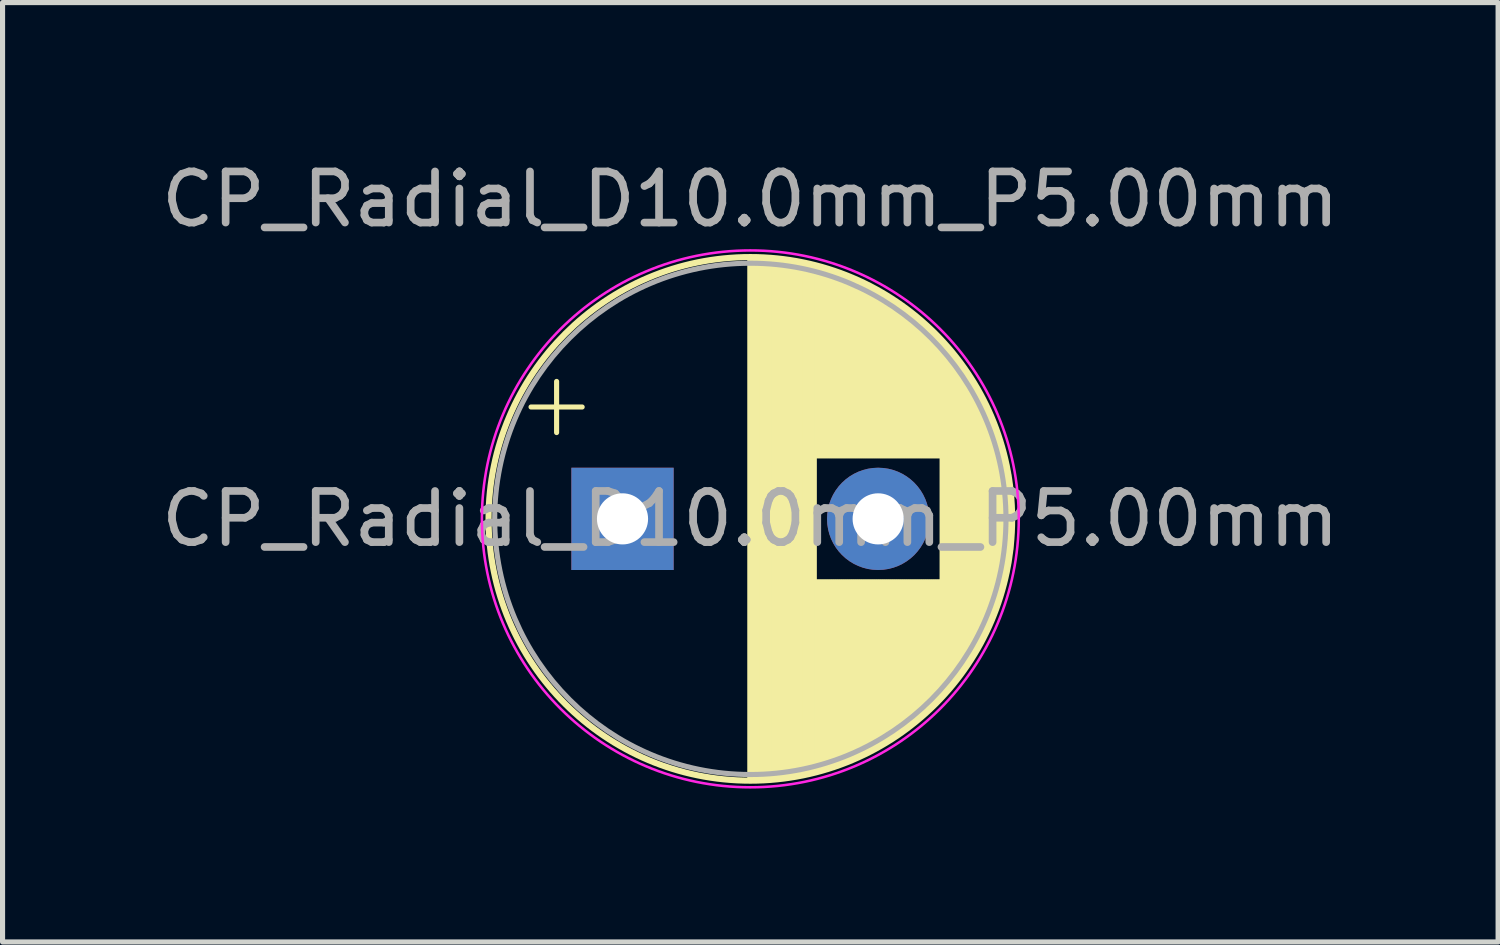
<source format=kicad_pcb>
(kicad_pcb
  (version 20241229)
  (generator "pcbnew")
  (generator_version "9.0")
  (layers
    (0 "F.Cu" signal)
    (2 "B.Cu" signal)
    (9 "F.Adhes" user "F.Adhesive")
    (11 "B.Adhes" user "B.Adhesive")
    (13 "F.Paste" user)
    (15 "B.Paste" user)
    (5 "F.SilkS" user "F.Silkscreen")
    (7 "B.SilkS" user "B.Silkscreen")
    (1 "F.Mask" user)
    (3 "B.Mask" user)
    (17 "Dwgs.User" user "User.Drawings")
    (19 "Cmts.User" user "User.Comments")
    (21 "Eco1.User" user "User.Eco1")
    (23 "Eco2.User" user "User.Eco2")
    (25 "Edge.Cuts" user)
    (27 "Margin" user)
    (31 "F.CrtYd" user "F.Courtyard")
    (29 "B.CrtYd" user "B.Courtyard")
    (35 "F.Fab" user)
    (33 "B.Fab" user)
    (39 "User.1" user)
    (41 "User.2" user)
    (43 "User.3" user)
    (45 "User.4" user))
  (footprint "CP_Radial_D10.0mm_P5.00mm"
    (layer "F.Cu")
    (at 9.125 7.098)
    (property "Reference" "CP_Radial_D10.0mm_P5.00mm" (at 2.5 -6.25 0) (layer "F.Fab") (effects (font (size 1 1) (thickness 0.15))))
    (attr through_hole)
    (fp_line (start -1.789 -2.188) (end -0.789 -2.188) (stroke (width 0.1) (type solid)) (layer "F.SilkS"))
    (fp_line (start -1.289 -2.688) (end -1.289 -1.688) (stroke (width 0.1) (type solid)) (layer "F.SilkS"))
    (fp_line (start 2.5 -5.08) (end 2.5 5.08) (stroke (width 0.12) (type solid)) (layer "F.SilkS"))
    (fp_line (start 2.54 -5.08) (end 2.54 5.08) (stroke (width 0.12) (type solid)) (layer "F.SilkS"))
    (fp_line (start 2.58 -5.08) (end 2.58 5.08) (stroke (width 0.12) (type solid)) (layer "F.SilkS"))
    (fp_line (start 2.62 -5.079) (end 2.62 5.079) (stroke (width 0.12) (type solid)) (layer "F.SilkS"))
    (fp_line (start 2.66 -5.078) (end 2.66 5.078) (stroke (width 0.12) (type solid)) (layer "F.SilkS"))
    (fp_line (start 2.7 -5.077) (end 2.7 5.077) (stroke (width 0.12) (type solid)) (layer "F.SilkS"))
    (fp_line (start 2.74 -5.075) (end 2.74 5.075) (stroke (width 0.12) (type solid)) (layer "F.SilkS"))
    (fp_line (start 2.78 -5.073) (end 2.78 5.073) (stroke (width 0.12) (type solid)) (layer "F.SilkS"))
    (fp_line (start 2.82 -5.07) (end 2.82 5.07) (stroke (width 0.12) (type solid)) (layer "F.SilkS"))
    (fp_line (start 2.86 -5.068) (end 2.86 5.068) (stroke (width 0.12) (type solid)) (layer "F.SilkS"))
    (fp_line (start 2.9 -5.065) (end 2.9 5.065) (stroke (width 0.12) (type solid)) (layer "F.SilkS"))
    (fp_line (start 2.94 -5.062) (end 2.94 5.062) (stroke (width 0.12) (type solid)) (layer "F.SilkS"))
    (fp_line (start 2.98 -5.058) (end 2.98 5.058) (stroke (width 0.12) (type solid)) (layer "F.SilkS"))
    (fp_line (start 3.02 -5.054) (end 3.02 5.054) (stroke (width 0.12) (type solid)) (layer "F.SilkS"))
    (fp_line (start 3.06 -5.05) (end 3.06 5.05) (stroke (width 0.12) (type solid)) (layer "F.SilkS"))
    (fp_line (start 3.1 -5.045) (end 3.1 5.045) (stroke (width 0.12) (type solid)) (layer "F.SilkS"))
    (fp_line (start 3.14 -5.04) (end 3.14 5.04) (stroke (width 0.12) (type solid)) (layer "F.SilkS"))
    (fp_line (start 3.18 -5.035) (end 3.18 5.035) (stroke (width 0.12) (type solid)) (layer "F.SilkS"))
    (fp_line (start 3.221 -5.03) (end 3.221 5.03) (stroke (width 0.12) (type solid)) (layer "F.SilkS"))
    (fp_line (start 3.261 -5.024) (end 3.261 5.024) (stroke (width 0.12) (type solid)) (layer "F.SilkS"))
    (fp_line (start 3.301 -5.018) (end 3.301 5.018) (stroke (width 0.12) (type solid)) (layer "F.SilkS"))
    (fp_line (start 3.341 -5.011) (end 3.341 5.011) (stroke (width 0.12) (type solid)) (layer "F.SilkS"))
    (fp_line (start 3.381 -5.004) (end 3.381 5.004) (stroke (width 0.12) (type solid)) (layer "F.SilkS"))
    (fp_line (start 3.421 -4.997) (end 3.421 4.997) (stroke (width 0.12) (type solid)) (layer "F.SilkS"))
    (fp_line (start 3.461 -4.99) (end 3.461 4.99) (stroke (width 0.12) (type solid)) (layer "F.SilkS"))
    (fp_line (start 3.501 -4.982) (end 3.501 4.982) (stroke (width 0.12) (type solid)) (layer "F.SilkS"))
    (fp_line (start 3.541 -4.974) (end 3.541 4.974) (stroke (width 0.12) (type solid)) (layer "F.SilkS"))
    (fp_line (start 3.581 -4.965) (end 3.581 4.965) (stroke (width 0.12) (type solid)) (layer "F.SilkS"))
    (fp_line (start 3.621 -4.956) (end 3.621 4.956) (stroke (width 0.12) (type solid)) (layer "F.SilkS"))
    (fp_line (start 3.661 -4.947) (end 3.661 4.947) (stroke (width 0.12) (type solid)) (layer "F.SilkS"))
    (fp_line (start 3.701 -4.938) (end 3.701 4.938) (stroke (width 0.12) (type solid)) (layer "F.SilkS"))
    (fp_line (start 3.741 -4.928) (end 3.741 4.928) (stroke (width 0.12) (type solid)) (layer "F.SilkS"))
    (fp_line (start 3.781 -4.918) (end 3.781 -1.241) (stroke (width 0.12) (type solid)) (layer "F.SilkS"))
    (fp_line (start 3.781 1.241) (end 3.781 4.918) (stroke (width 0.12) (type solid)) (layer "F.SilkS"))
    (fp_line (start 3.821 -4.907) (end 3.821 -1.241) (stroke (width 0.12) (type solid)) (layer "F.SilkS"))
    (fp_line (start 3.821 1.241) (end 3.821 4.907) (stroke (width 0.12) (type solid)) (layer "F.SilkS"))
    (fp_line (start 3.861 -4.897) (end 3.861 -1.241) (stroke (width 0.12) (type solid)) (layer "F.SilkS"))
    (fp_line (start 3.861 1.241) (end 3.861 4.897) (stroke (width 0.12) (type solid)) (layer "F.SilkS"))
    (fp_line (start 3.901 -4.885) (end 3.901 -1.241) (stroke (width 0.12) (type solid)) (layer "F.SilkS"))
    (fp_line (start 3.901 1.241) (end 3.901 4.885) (stroke (width 0.12) (type solid)) (layer "F.SilkS"))
    (fp_line (start 3.941 -4.874) (end 3.941 -1.241) (stroke (width 0.12) (type solid)) (layer "F.SilkS"))
    (fp_line (start 3.941 1.241) (end 3.941 4.874) (stroke (width 0.12) (type solid)) (layer "F.SilkS"))
    (fp_line (start 3.981 -4.862) (end 3.981 -1.241) (stroke (width 0.12) (type solid)) (layer "F.SilkS"))
    (fp_line (start 3.981 1.241) (end 3.981 4.862) (stroke (width 0.12) (type solid)) (layer "F.SilkS"))
    (fp_line (start 4.021 -4.85) (end 4.021 -1.241) (stroke (width 0.12) (type solid)) (layer "F.SilkS"))
    (fp_line (start 4.021 1.241) (end 4.021 4.85) (stroke (width 0.12) (type solid)) (layer "F.SilkS"))
    (fp_line (start 4.061 -4.837) (end 4.061 -1.241) (stroke (width 0.12) (type solid)) (layer "F.SilkS"))
    (fp_line (start 4.061 1.241) (end 4.061 4.837) (stroke (width 0.12) (type solid)) (layer "F.SilkS"))
    (fp_line (start 4.101 -4.824) (end 4.101 -1.241) (stroke (width 0.12) (type solid)) (layer "F.SilkS"))
    (fp_line (start 4.101 1.241) (end 4.101 4.824) (stroke (width 0.12) (type solid)) (layer "F.SilkS"))
    (fp_line (start 4.141 -4.811) (end 4.141 -1.241) (stroke (width 0.12) (type solid)) (layer "F.SilkS"))
    (fp_line (start 4.141 1.241) (end 4.141 4.811) (stroke (width 0.12) (type solid)) (layer "F.SilkS"))
    (fp_line (start 4.181 -4.797) (end 4.181 -1.241) (stroke (width 0.12) (type solid)) (layer "F.SilkS"))
    (fp_line (start 4.181 1.241) (end 4.181 4.797) (stroke (width 0.12) (type solid)) (layer "F.SilkS"))
    (fp_line (start 4.221 -4.783) (end 4.221 -1.241) (stroke (width 0.12) (type solid)) (layer "F.SilkS"))
    (fp_line (start 4.221 1.241) (end 4.221 4.783) (stroke (width 0.12) (type solid)) (layer "F.SilkS"))
    (fp_line (start 4.261 -4.768) (end 4.261 -1.241) (stroke (width 0.12) (type solid)) (layer "F.SilkS"))
    (fp_line (start 4.261 1.241) (end 4.261 4.768) (stroke (width 0.12) (type solid)) (layer "F.SilkS"))
    (fp_line (start 4.301 -4.754) (end 4.301 -1.241) (stroke (width 0.12) (type solid)) (layer "F.SilkS"))
    (fp_line (start 4.301 1.241) (end 4.301 4.754) (stroke (width 0.12) (type solid)) (layer "F.SilkS"))
    (fp_line (start 4.341 -4.738) (end 4.341 -1.241) (stroke (width 0.12) (type solid)) (layer "F.SilkS"))
    (fp_line (start 4.341 1.241) (end 4.341 4.738) (stroke (width 0.12) (type solid)) (layer "F.SilkS"))
    (fp_line (start 4.381 -4.723) (end 4.381 -1.241) (stroke (width 0.12) (type solid)) (layer "F.SilkS"))
    (fp_line (start 4.381 1.241) (end 4.381 4.723) (stroke (width 0.12) (type solid)) (layer "F.SilkS"))
    (fp_line (start 4.421 -4.707) (end 4.421 -1.241) (stroke (width 0.12) (type solid)) (layer "F.SilkS"))
    (fp_line (start 4.421 1.241) (end 4.421 4.707) (stroke (width 0.12) (type solid)) (layer "F.SilkS"))
    (fp_line (start 4.461 -4.69) (end 4.461 -1.241) (stroke (width 0.12) (type solid)) (layer "F.SilkS"))
    (fp_line (start 4.461 1.241) (end 4.461 4.69) (stroke (width 0.12) (type solid)) (layer "F.SilkS"))
    (fp_line (start 4.501 -4.674) (end 4.501 -1.241) (stroke (width 0.12) (type solid)) (layer "F.SilkS"))
    (fp_line (start 4.501 1.241) (end 4.501 4.674) (stroke (width 0.12) (type solid)) (layer "F.SilkS"))
    (fp_line (start 4.541 -4.657) (end 4.541 -1.241) (stroke (width 0.12) (type solid)) (layer "F.SilkS"))
    (fp_line (start 4.541 1.241) (end 4.541 4.657) (stroke (width 0.12) (type solid)) (layer "F.SilkS"))
    (fp_line (start 4.581 -4.639) (end 4.581 -1.241) (stroke (width 0.12) (type solid)) (layer "F.SilkS"))
    (fp_line (start 4.581 1.241) (end 4.581 4.639) (stroke (width 0.12) (type solid)) (layer "F.SilkS"))
    (fp_line (start 4.621 -4.621) (end 4.621 -1.241) (stroke (width 0.12) (type solid)) (layer "F.SilkS"))
    (fp_line (start 4.621 1.241) (end 4.621 4.621) (stroke (width 0.12) (type solid)) (layer "F.SilkS"))
    (fp_line (start 4.661 -4.603) (end 4.661 -1.241) (stroke (width 0.12) (type solid)) (layer "F.SilkS"))
    (fp_line (start 4.661 1.241) (end 4.661 4.603) (stroke (width 0.12) (type solid)) (layer "F.SilkS"))
    (fp_line (start 4.701 -4.584) (end 4.701 -1.241) (stroke (width 0.12) (type solid)) (layer "F.SilkS"))
    (fp_line (start 4.701 1.241) (end 4.701 4.584) (stroke (width 0.12) (type solid)) (layer "F.SilkS"))
    (fp_line (start 4.741 -4.564) (end 4.741 -1.241) (stroke (width 0.12) (type solid)) (layer "F.SilkS"))
    (fp_line (start 4.741 1.241) (end 4.741 4.564) (stroke (width 0.12) (type solid)) (layer "F.SilkS"))
    (fp_line (start 4.781 -4.545) (end 4.781 -1.241) (stroke (width 0.12) (type solid)) (layer "F.SilkS"))
    (fp_line (start 4.781 1.241) (end 4.781 4.545) (stroke (width 0.12) (type solid)) (layer "F.SilkS"))
    (fp_line (start 4.821 -4.525) (end 4.821 -1.241) (stroke (width 0.12) (type solid)) (layer "F.SilkS"))
    (fp_line (start 4.821 1.241) (end 4.821 4.525) (stroke (width 0.12) (type solid)) (layer "F.SilkS"))
    (fp_line (start 4.861 -4.504) (end 4.861 -1.241) (stroke (width 0.12) (type solid)) (layer "F.SilkS"))
    (fp_line (start 4.861 1.241) (end 4.861 4.504) (stroke (width 0.12) (type solid)) (layer "F.SilkS"))
    (fp_line (start 4.901 -4.483) (end 4.901 -1.241) (stroke (width 0.12) (type solid)) (layer "F.SilkS"))
    (fp_line (start 4.901 1.241) (end 4.901 4.483) (stroke (width 0.12) (type solid)) (layer "F.SilkS"))
    (fp_line (start 4.941 -4.462) (end 4.941 -1.241) (stroke (width 0.12) (type solid)) (layer "F.SilkS"))
    (fp_line (start 4.941 1.241) (end 4.941 4.462) (stroke (width 0.12) (type solid)) (layer "F.SilkS"))
    (fp_line (start 4.981 -4.44) (end 4.981 -1.241) (stroke (width 0.12) (type solid)) (layer "F.SilkS"))
    (fp_line (start 4.981 1.241) (end 4.981 4.44) (stroke (width 0.12) (type solid)) (layer "F.SilkS"))
    (fp_line (start 5.021 -4.417) (end 5.021 -1.241) (stroke (width 0.12) (type solid)) (layer "F.SilkS"))
    (fp_line (start 5.021 1.241) (end 5.021 4.417) (stroke (width 0.12) (type solid)) (layer "F.SilkS"))
    (fp_line (start 5.061 -4.395) (end 5.061 -1.241) (stroke (width 0.12) (type solid)) (layer "F.SilkS"))
    (fp_line (start 5.061 1.241) (end 5.061 4.395) (stroke (width 0.12) (type solid)) (layer "F.SilkS"))
    (fp_line (start 5.101 -4.371) (end 5.101 -1.241) (stroke (width 0.12) (type solid)) (layer "F.SilkS"))
    (fp_line (start 5.101 1.241) (end 5.101 4.371) (stroke (width 0.12) (type solid)) (layer "F.SilkS"))
    (fp_line (start 5.141 -4.347) (end 5.141 -1.241) (stroke (width 0.12) (type solid)) (layer "F.SilkS"))
    (fp_line (start 5.141 1.241) (end 5.141 4.347) (stroke (width 0.12) (type solid)) (layer "F.SilkS"))
    (fp_line (start 5.181 -4.323) (end 5.181 -1.241) (stroke (width 0.12) (type solid)) (layer "F.SilkS"))
    (fp_line (start 5.181 1.241) (end 5.181 4.323) (stroke (width 0.12) (type solid)) (layer "F.SilkS"))
    (fp_line (start 5.221 -4.298) (end 5.221 -1.241) (stroke (width 0.12) (type solid)) (layer "F.SilkS"))
    (fp_line (start 5.221 1.241) (end 5.221 4.298) (stroke (width 0.12) (type solid)) (layer "F.SilkS"))
    (fp_line (start 5.261 -4.273) (end 5.261 -1.241) (stroke (width 0.12) (type solid)) (layer "F.SilkS"))
    (fp_line (start 5.261 1.241) (end 5.261 4.273) (stroke (width 0.12) (type solid)) (layer "F.SilkS"))
    (fp_line (start 5.301 -4.247) (end 5.301 -1.241) (stroke (width 0.12) (type solid)) (layer "F.SilkS"))
    (fp_line (start 5.301 1.241) (end 5.301 4.247) (stroke (width 0.12) (type solid)) (layer "F.SilkS"))
    (fp_line (start 5.341 -4.221) (end 5.341 -1.241) (stroke (width 0.12) (type solid)) (layer "F.SilkS"))
    (fp_line (start 5.341 1.241) (end 5.341 4.221) (stroke (width 0.12) (type solid)) (layer "F.SilkS"))
    (fp_line (start 5.381 -4.194) (end 5.381 -1.241) (stroke (width 0.12) (type solid)) (layer "F.SilkS"))
    (fp_line (start 5.381 1.241) (end 5.381 4.194) (stroke (width 0.12) (type solid)) (layer "F.SilkS"))
    (fp_line (start 5.421 -4.166) (end 5.421 -1.241) (stroke (width 0.12) (type solid)) (layer "F.SilkS"))
    (fp_line (start 5.421 1.241) (end 5.421 4.166) (stroke (width 0.12) (type solid)) (layer "F.SilkS"))
    (fp_line (start 5.461 -4.138) (end 5.461 -1.241) (stroke (width 0.12) (type solid)) (layer "F.SilkS"))
    (fp_line (start 5.461 1.241) (end 5.461 4.138) (stroke (width 0.12) (type solid)) (layer "F.SilkS"))
    (fp_line (start 5.501 -4.11) (end 5.501 -1.241) (stroke (width 0.12) (type solid)) (layer "F.SilkS"))
    (fp_line (start 5.501 1.241) (end 5.501 4.11) (stroke (width 0.12) (type solid)) (layer "F.SilkS"))
    (fp_line (start 5.541 -4.08) (end 5.541 -1.241) (stroke (width 0.12) (type solid)) (layer "F.SilkS"))
    (fp_line (start 5.541 1.241) (end 5.541 4.08) (stroke (width 0.12) (type solid)) (layer "F.SilkS"))
    (fp_line (start 5.581 -4.05) (end 5.581 -1.241) (stroke (width 0.12) (type solid)) (layer "F.SilkS"))
    (fp_line (start 5.581 1.241) (end 5.581 4.05) (stroke (width 0.12) (type solid)) (layer "F.SilkS"))
    (fp_line (start 5.621 -4.02) (end 5.621 -1.241) (stroke (width 0.12) (type solid)) (layer "F.SilkS"))
    (fp_line (start 5.621 1.241) (end 5.621 4.02) (stroke (width 0.12) (type solid)) (layer "F.SilkS"))
    (fp_line (start 5.661 -3.989) (end 5.661 -1.241) (stroke (width 0.12) (type solid)) (layer "F.SilkS"))
    (fp_line (start 5.661 1.241) (end 5.661 3.989) (stroke (width 0.12) (type solid)) (layer "F.SilkS"))
    (fp_line (start 5.701 -3.957) (end 5.701 -1.241) (stroke (width 0.12) (type solid)) (layer "F.SilkS"))
    (fp_line (start 5.701 1.241) (end 5.701 3.957) (stroke (width 0.12) (type solid)) (layer "F.SilkS"))
    (fp_line (start 5.741 -3.925) (end 5.741 -1.241) (stroke (width 0.12) (type solid)) (layer "F.SilkS"))
    (fp_line (start 5.741 1.241) (end 5.741 3.925) (stroke (width 0.12) (type solid)) (layer "F.SilkS"))
    (fp_line (start 5.781 -3.892) (end 5.781 -1.241) (stroke (width 0.12) (type solid)) (layer "F.SilkS"))
    (fp_line (start 5.781 1.241) (end 5.781 3.892) (stroke (width 0.12) (type solid)) (layer "F.SilkS"))
    (fp_line (start 5.821 -3.858) (end 5.821 -1.241) (stroke (width 0.12) (type solid)) (layer "F.SilkS"))
    (fp_line (start 5.821 1.241) (end 5.821 3.858) (stroke (width 0.12) (type solid)) (layer "F.SilkS"))
    (fp_line (start 5.861 -3.824) (end 5.861 -1.241) (stroke (width 0.12) (type solid)) (layer "F.SilkS"))
    (fp_line (start 5.861 1.241) (end 5.861 3.824) (stroke (width 0.12) (type solid)) (layer "F.SilkS"))
    (fp_line (start 5.901 -3.789) (end 5.901 -1.241) (stroke (width 0.12) (type solid)) (layer "F.SilkS"))
    (fp_line (start 5.901 1.241) (end 5.901 3.789) (stroke (width 0.12) (type solid)) (layer "F.SilkS"))
    (fp_line (start 5.941 -3.753) (end 5.941 -1.241) (stroke (width 0.12) (type solid)) (layer "F.SilkS"))
    (fp_line (start 5.941 1.241) (end 5.941 3.753) (stroke (width 0.12) (type solid)) (layer "F.SilkS"))
    (fp_line (start 5.981 -3.716) (end 5.981 -1.241) (stroke (width 0.12) (type solid)) (layer "F.SilkS"))
    (fp_line (start 5.981 1.241) (end 5.981 3.716) (stroke (width 0.12) (type solid)) (layer "F.SilkS"))
    (fp_line (start 6.021 -3.679) (end 6.021 -1.241) (stroke (width 0.12) (type solid)) (layer "F.SilkS"))
    (fp_line (start 6.021 1.241) (end 6.021 3.679) (stroke (width 0.12) (type solid)) (layer "F.SilkS"))
    (fp_line (start 6.061 -3.64) (end 6.061 -1.241) (stroke (width 0.12) (type solid)) (layer "F.SilkS"))
    (fp_line (start 6.061 1.241) (end 6.061 3.64) (stroke (width 0.12) (type solid)) (layer "F.SilkS"))
    (fp_line (start 6.101 -3.601) (end 6.101 -1.241) (stroke (width 0.12) (type solid)) (layer "F.SilkS"))
    (fp_line (start 6.101 1.241) (end 6.101 3.601) (stroke (width 0.12) (type solid)) (layer "F.SilkS"))
    (fp_line (start 6.141 -3.561) (end 6.141 -1.241) (stroke (width 0.12) (type solid)) (layer "F.SilkS"))
    (fp_line (start 6.141 1.241) (end 6.141 3.561) (stroke (width 0.12) (type solid)) (layer "F.SilkS"))
    (fp_line (start 6.181 -3.52) (end 6.181 -1.241) (stroke (width 0.12) (type solid)) (layer "F.SilkS"))
    (fp_line (start 6.181 1.241) (end 6.181 3.52) (stroke (width 0.12) (type solid)) (layer "F.SilkS"))
    (fp_line (start 6.221 -3.478) (end 6.221 -1.241) (stroke (width 0.12) (type solid)) (layer "F.SilkS"))
    (fp_line (start 6.221 1.241) (end 6.221 3.478) (stroke (width 0.12) (type solid)) (layer "F.SilkS"))
    (fp_line (start 6.261 -3.436) (end 6.261 3.436) (stroke (width 0.12) (type solid)) (layer "F.SilkS"))
    (fp_line (start 6.301 -3.392) (end 6.301 3.392) (stroke (width 0.12) (type solid)) (layer "F.SilkS"))
    (fp_line (start 6.341 -3.347) (end 6.341 3.347) (stroke (width 0.12) (type solid)) (layer "F.SilkS"))
    (fp_line (start 6.381 -3.301) (end 6.381 3.301) (stroke (width 0.12) (type solid)) (layer "F.SilkS"))
    (fp_line (start 6.421 -3.254) (end 6.421 3.254) (stroke (width 0.12) (type solid)) (layer "F.SilkS"))
    (fp_line (start 6.461 -3.206) (end 6.461 3.206) (stroke (width 0.12) (type solid)) (layer "F.SilkS"))
    (fp_line (start 6.501 -3.156) (end 6.501 3.156) (stroke (width 0.12) (type solid)) (layer "F.SilkS"))
    (fp_line (start 6.541 -3.106) (end 6.541 3.106) (stroke (width 0.12) (type solid)) (layer "F.SilkS"))
    (fp_line (start 6.581 -3.054) (end 6.581 3.054) (stroke (width 0.12) (type solid)) (layer "F.SilkS"))
    (fp_line (start 6.621 -3) (end 6.621 3) (stroke (width 0.12) (type solid)) (layer "F.SilkS"))
    (fp_line (start 6.661 -2.945) (end 6.661 2.945) (stroke (width 0.12) (type solid)) (layer "F.SilkS"))
    (fp_line (start 6.701 -2.889) (end 6.701 2.889) (stroke (width 0.12) (type solid)) (layer "F.SilkS"))
    (fp_line (start 6.741 -2.83) (end 6.741 2.83) (stroke (width 0.12) (type solid)) (layer "F.SilkS"))
    (fp_line (start 6.781 -2.77) (end 6.781 2.77) (stroke (width 0.12) (type solid)) (layer "F.SilkS"))
    (fp_line (start 6.821 -2.709) (end 6.821 2.709) (stroke (width 0.12) (type solid)) (layer "F.SilkS"))
    (fp_line (start 6.861 -2.645) (end 6.861 2.645) (stroke (width 0.12) (type solid)) (layer "F.SilkS"))
    (fp_line (start 6.901 -2.579) (end 6.901 2.579) (stroke (width 0.12) (type solid)) (layer "F.SilkS"))
    (fp_line (start 6.941 -2.51) (end 6.941 2.51) (stroke (width 0.12) (type solid)) (layer "F.SilkS"))
    (fp_line (start 6.981 -2.439) (end 6.981 2.439) (stroke (width 0.12) (type solid)) (layer "F.SilkS"))
    (fp_line (start 7.021 -2.365) (end 7.021 2.365) (stroke (width 0.12) (type solid)) (layer "F.SilkS"))
    (fp_line (start 7.061 -2.289) (end 7.061 2.289) (stroke (width 0.12) (type solid)) (layer "F.SilkS"))
    (fp_line (start 7.101 -2.209) (end 7.101 2.209) (stroke (width 0.12) (type solid)) (layer "F.SilkS"))
    (fp_line (start 7.141 -2.125) (end 7.141 2.125) (stroke (width 0.12) (type solid)) (layer "F.SilkS"))
    (fp_line (start 7.181 -2.037) (end 7.181 2.037) (stroke (width 0.12) (type solid)) (layer "F.SilkS"))
    (fp_line (start 7.221 -1.944) (end 7.221 1.944) (stroke (width 0.12) (type solid)) (layer "F.SilkS"))
    (fp_line (start 7.261 -1.846) (end 7.261 1.846) (stroke (width 0.12) (type solid)) (layer "F.SilkS"))
    (fp_line (start 7.301 -1.742) (end 7.301 1.742) (stroke (width 0.12) (type solid)) (layer "F.SilkS"))
    (fp_line (start 7.341 -1.63) (end 7.341 1.63) (stroke (width 0.12) (type solid)) (layer "F.SilkS"))
    (fp_line (start 7.381 -1.51) (end 7.381 1.51) (stroke (width 0.12) (type solid)) (layer "F.SilkS"))
    (fp_line (start 7.421 -1.378) (end 7.421 1.378) (stroke (width 0.12) (type solid)) (layer "F.SilkS"))
    (fp_line (start 7.461 -1.23) (end 7.461 1.23) (stroke (width 0.12) (type solid)) (layer "F.SilkS"))
    (fp_line (start 7.501 -1.062) (end 7.501 1.062) (stroke (width 0.12) (type solid)) (layer "F.SilkS"))
    (fp_line (start 7.541 -0.862) (end 7.541 0.862) (stroke (width 0.12) (type solid)) (layer "F.SilkS"))
    (fp_line (start 7.581 -0.599) (end 7.581 0.599) (stroke (width 0.12) (type solid)) (layer "F.SilkS"))
    (fp_circle (center 2.5 0) (end 7.62 0) (stroke (width 0.12) (type solid)) (fill no) (layer "F.SilkS"))
    (fp_circle (center 2.5 0) (end 7.75 0) (stroke (width 0.05) (type solid)) (fill no) (layer "F.CrtYd"))
    (fp_circle (center 2.5 0) (end 7.5 0) (stroke (width 0.1) (type solid)) (fill no) (layer "F.Fab"))
    (fp_text user "${REFERENCE}" (at 2.5 0 0) (layer "F.Fab") (effects (font (size 1 1) (thickness 0.15))))
    (pad "1" thru_hole rect (at 0 0) (size 2 2) (drill 1) (layers "*.Cu" "*.Mask"))
    (pad "2" thru_hole circle (at 5 0) (size 2 2) (drill 1) (layers "*.Cu" "*.Mask")))
  (gr_rect
    (start -3 -3)
    (end 26.25 15.373)
    (stroke (width 0.1) (type default))
    (fill no)
    (layer "Edge.Cuts")))
</source>
